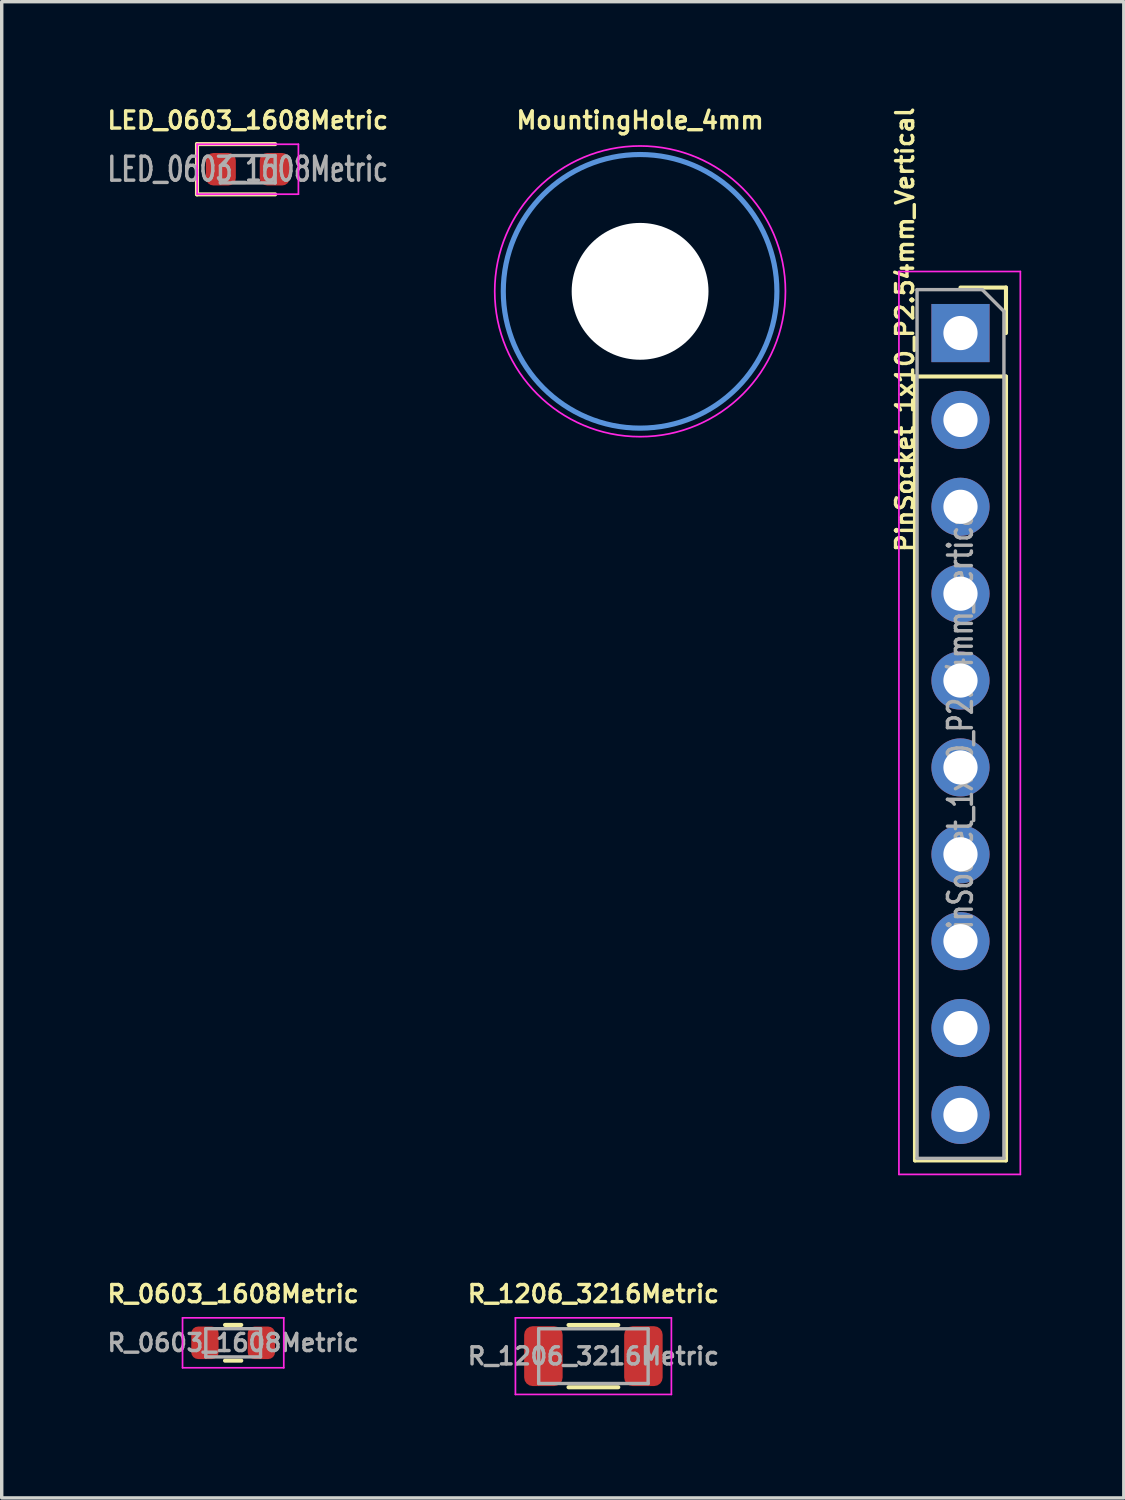
<source format=kicad_pcb>
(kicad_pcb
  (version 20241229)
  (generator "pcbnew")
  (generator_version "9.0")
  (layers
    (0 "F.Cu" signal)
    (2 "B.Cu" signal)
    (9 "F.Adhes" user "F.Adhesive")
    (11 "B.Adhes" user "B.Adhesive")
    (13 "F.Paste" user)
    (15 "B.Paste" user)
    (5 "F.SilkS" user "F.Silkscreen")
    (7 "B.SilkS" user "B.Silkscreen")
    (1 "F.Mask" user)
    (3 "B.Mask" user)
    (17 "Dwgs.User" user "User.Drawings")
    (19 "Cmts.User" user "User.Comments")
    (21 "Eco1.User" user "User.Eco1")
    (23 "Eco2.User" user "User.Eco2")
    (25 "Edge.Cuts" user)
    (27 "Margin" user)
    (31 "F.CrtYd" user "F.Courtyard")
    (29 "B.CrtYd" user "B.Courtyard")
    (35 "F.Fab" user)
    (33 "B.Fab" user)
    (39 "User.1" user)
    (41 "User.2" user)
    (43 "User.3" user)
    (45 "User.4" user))
  (footprint "PinSocket_1x10_P2.54mm_Vertical"
    (layer "F.Cu")
    (at 25.033 6.688)
    (property "Reference" "PinSocket_1x10_P2.54mm_Vertical" (at -1.625 -0.1 90) (layer "F.SilkS") (effects (font (size 0.5 0.5) (thickness 0.1))))
    (attr through_hole)
    (fp_line (start -1.33 1.27) (end -1.33 24.19) (stroke (width 0.12) (type solid)) (layer "F.SilkS"))
    (fp_line (start -1.33 1.27) (end 1.33 1.27) (stroke (width 0.12) (type solid)) (layer "F.SilkS"))
    (fp_line (start -1.33 24.19) (end 1.33 24.19) (stroke (width 0.12) (type solid)) (layer "F.SilkS"))
    (fp_line (start 0 -1.33) (end 1.33 -1.33) (stroke (width 0.12) (type solid)) (layer "F.SilkS"))
    (fp_line (start 1.33 -1.33) (end 1.33 0) (stroke (width 0.12) (type solid)) (layer "F.SilkS"))
    (fp_line (start 1.33 1.27) (end 1.33 24.19) (stroke (width 0.12) (type solid)) (layer "F.SilkS"))
    (fp_line (start -1.8 -1.8) (end 1.75 -1.8) (stroke (width 0.05) (type solid)) (layer "F.CrtYd"))
    (fp_line (start -1.8 24.6) (end -1.8 -1.8) (stroke (width 0.05) (type solid)) (layer "F.CrtYd"))
    (fp_line (start 1.75 -1.8) (end 1.75 24.6) (stroke (width 0.05) (type solid)) (layer "F.CrtYd"))
    (fp_line (start 1.75 24.6) (end -1.8 24.6) (stroke (width 0.05) (type solid)) (layer "F.CrtYd"))
    (fp_line (start -1.27 -1.27) (end 0.635 -1.27) (stroke (width 0.1) (type solid)) (layer "F.Fab"))
    (fp_line (start -1.27 24.13) (end -1.27 -1.27) (stroke (width 0.1) (type solid)) (layer "F.Fab"))
    (fp_line (start 0.635 -1.27) (end 1.27 -0.635) (stroke (width 0.1) (type solid)) (layer "F.Fab"))
    (fp_line (start 1.27 -0.635) (end 1.27 24.13) (stroke (width 0.1) (type solid)) (layer "F.Fab"))
    (fp_line (start 1.27 24.13) (end -1.27 24.13) (stroke (width 0.1) (type solid)) (layer "F.Fab"))
    (fp_text user "${REFERENCE}" (at 0 11.43 90) (layer "F.Fab") (effects (font (size 0.7 0.5) (thickness 0.1))))
    (pad "1" thru_hole rect (at 0 0) (size 1.7 1.7) (drill 1) (layers "*.Cu" "*.Mask"))
    (pad "2" thru_hole oval (at 0 2.54) (size 1.7 1.7) (drill 1) (layers "*.Cu" "*.Mask"))
    (pad "3" thru_hole oval (at 0 5.08) (size 1.7 1.7) (drill 1) (layers "*.Cu" "*.Mask"))
    (pad "4" thru_hole oval (at 0 7.62) (size 1.7 1.7) (drill 1) (layers "*.Cu" "*.Mask"))
    (pad "5" thru_hole oval (at 0 10.16) (size 1.7 1.7) (drill 1) (layers "*.Cu" "*.Mask"))
    (pad "6" thru_hole oval (at 0 12.7) (size 1.7 1.7) (drill 1) (layers "*.Cu" "*.Mask"))
    (pad "7" thru_hole oval (at 0 15.24) (size 1.7 1.7) (drill 1) (layers "*.Cu" "*.Mask"))
    (pad "8" thru_hole oval (at 0 17.78) (size 1.7 1.7) (drill 1) (layers "*.Cu" "*.Mask"))
    (pad "9" thru_hole oval (at 0 20.32) (size 1.7 1.7) (drill 1) (layers "*.Cu" "*.Mask"))
    (pad "10" thru_hole oval (at 0 22.86) (size 1.7 1.7) (drill 1) (layers "*.Cu" "*.Mask")))
  (footprint "LED_0603_1608Metric"
    (layer "F.Cu")
    (at 4.195 1.898)
    (property "Reference" "LED_0603_1608Metric" (at 0 -1.43 0) (layer "F.SilkS") (effects (font (size 0.5 0.5) (thickness 0.1))))
    (attr smd)
    (fp_line (start -1.485 -0.735) (end -1.485 0.735) (stroke (width 0.12) (type solid)) (layer "F.SilkS"))
    (fp_line (start -1.485 0.735) (end 0.8 0.735) (stroke (width 0.12) (type solid)) (layer "F.SilkS"))
    (fp_line (start 0.8 -0.735) (end -1.485 -0.735) (stroke (width 0.12) (type solid)) (layer "F.SilkS"))
    (fp_line (start -1.48 -0.73) (end 1.48 -0.73) (stroke (width 0.05) (type solid)) (layer "F.CrtYd"))
    (fp_line (start -1.48 0.73) (end -1.48 -0.73) (stroke (width 0.05) (type solid)) (layer "F.CrtYd"))
    (fp_line (start 1.48 -0.73) (end 1.48 0.73) (stroke (width 0.05) (type solid)) (layer "F.CrtYd"))
    (fp_line (start 1.48 0.73) (end -1.48 0.73) (stroke (width 0.05) (type solid)) (layer "F.CrtYd"))
    (fp_line (start -0.8 -0.1) (end -0.8 0.4) (stroke (width 0.1) (type solid)) (layer "F.Fab"))
    (fp_line (start -0.8 0.4) (end 0.8 0.4) (stroke (width 0.1) (type solid)) (layer "F.Fab"))
    (fp_line (start -0.5 -0.4) (end -0.8 -0.1) (stroke (width 0.1) (type solid)) (layer "F.Fab"))
    (fp_line (start 0.8 -0.4) (end -0.5 -0.4) (stroke (width 0.1) (type solid)) (layer "F.Fab"))
    (fp_line (start 0.8 0.4) (end 0.8 -0.4) (stroke (width 0.1) (type solid)) (layer "F.Fab"))
    (fp_text user "${REFERENCE}" (at 0 0 0) (layer "F.Fab") (effects (font (size 0.7 0.5) (thickness 0.1))))
    (pad "1" smd roundrect (at -0.787 0) (size 0.875 0.95) (layers "F.Cu" "F.Mask" "F.Paste") (roundrect_rratio 0.25))
    (pad "2" smd roundrect (at 0.787 0) (size 0.875 0.95) (layers "F.Cu" "F.Mask" "F.Paste") (roundrect_rratio 0.25)))
  (footprint "R_1206_3216Metric"
    (layer "F.Cu")
    (at 14.3 36.601)
    (property "Reference" "R_1206_3216Metric" (at 0 -1.82 180) (layer "F.SilkS") (effects (font (size 0.5 0.5) (thickness 0.1))))
    (attr smd)
    (fp_line (start 0.727 -0.91) (end -0.727 -0.91) (stroke (width 0.12) (type solid)) (layer "F.SilkS"))
    (fp_line (start 0.727 0.91) (end -0.727 0.91) (stroke (width 0.12) (type solid)) (layer "F.SilkS"))
    (fp_line (start -2.28 -1.12) (end -2.28 1.12) (stroke (width 0.05) (type solid)) (layer "F.CrtYd"))
    (fp_line (start -2.28 1.12) (end 2.28 1.12) (stroke (width 0.05) (type solid)) (layer "F.CrtYd"))
    (fp_line (start 2.28 -1.12) (end -2.28 -1.12) (stroke (width 0.05) (type solid)) (layer "F.CrtYd"))
    (fp_line (start 2.28 1.12) (end 2.28 -1.12) (stroke (width 0.05) (type solid)) (layer "F.CrtYd"))
    (fp_line (start -1.6 -0.8) (end -1.6 0.8) (stroke (width 0.1) (type solid)) (layer "F.Fab"))
    (fp_line (start -1.6 0.8) (end 1.6 0.8) (stroke (width 0.1) (type solid)) (layer "F.Fab"))
    (fp_line (start 1.6 -0.8) (end -1.6 -0.8) (stroke (width 0.1) (type solid)) (layer "F.Fab"))
    (fp_line (start 1.6 0.8) (end 1.6 -0.8) (stroke (width 0.1) (type solid)) (layer "F.Fab"))
    (fp_text user "${REFERENCE}" (at 0 0 180) (layer "F.Fab") (effects (font (size 0.5 0.5) (thickness 0.1))))
    (pad "1" smd roundrect (at -1.462 0 180) (size 1.125 1.75) (layers "F.Cu" "F.Mask" "F.Paste") (roundrect_rratio 0.222))
    (pad "2" smd roundrect (at 1.462 0 180) (size 1.125 1.75) (layers "F.Cu" "F.Mask" "F.Paste") (roundrect_rratio 0.222)))
  (footprint "MountingHole_4mm"
    (layer "F.Cu")
    (at 15.665 5.468)
    (property "Reference" "MountingHole_4mm" (at 0 -5 0) (layer "F.SilkS") (effects (font (size 0.5 0.5) (thickness 0.1))))
    (attr exclude_from_pos_files exclude_from_bom)
    (fp_circle (center 0 0) (end 4 0) (stroke (width 0.15) (type solid)) (fill no) (layer "Cmts.User"))
    (fp_circle (center 0 0) (end 4.25 0) (stroke (width 0.05) (type solid)) (fill no) (layer "F.CrtYd"))
    (pad "" np_thru_hole circle (at 0 0) (size 4 4) (drill 4) (layers "*.Cu" "*.Mask")))
  (footprint "R_0603_1608Metric"
    (layer "F.Cu")
    (at 3.767 36.211)
    (property "Reference" "R_0603_1608Metric" (at 0 -1.43 180) (layer "F.SilkS") (effects (font (size 0.5 0.5) (thickness 0.1))))
    (attr smd)
    (fp_line (start 0.237 -0.522) (end -0.237 -0.522) (stroke (width 0.12) (type solid)) (layer "F.SilkS"))
    (fp_line (start 0.237 0.522) (end -0.237 0.522) (stroke (width 0.12) (type solid)) (layer "F.SilkS"))
    (fp_line (start -1.48 -0.73) (end -1.48 0.73) (stroke (width 0.05) (type solid)) (layer "F.CrtYd"))
    (fp_line (start -1.48 0.73) (end 1.48 0.73) (stroke (width 0.05) (type solid)) (layer "F.CrtYd"))
    (fp_line (start 1.48 -0.73) (end -1.48 -0.73) (stroke (width 0.05) (type solid)) (layer "F.CrtYd"))
    (fp_line (start 1.48 0.73) (end 1.48 -0.73) (stroke (width 0.05) (type solid)) (layer "F.CrtYd"))
    (fp_line (start -0.8 -0.412) (end -0.8 0.412) (stroke (width 0.1) (type solid)) (layer "F.Fab"))
    (fp_line (start -0.8 0.412) (end 0.8 0.412) (stroke (width 0.1) (type solid)) (layer "F.Fab"))
    (fp_line (start 0.8 -0.412) (end -0.8 -0.412) (stroke (width 0.1) (type solid)) (layer "F.Fab"))
    (fp_line (start 0.8 0.412) (end 0.8 -0.412) (stroke (width 0.1) (type solid)) (layer "F.Fab"))
    (fp_text user "${REFERENCE}" (at 0 0 180) (layer "F.Fab") (effects (font (size 0.5 0.5) (thickness 0.1))))
    (pad "1" smd roundrect (at -0.825 0 180) (size 0.8 0.95) (layers "F.Cu" "F.Mask" "F.Paste") (roundrect_rratio 0.25))
    (pad "2" smd roundrect (at 0.825 0 180) (size 0.8 0.95) (layers "F.Cu" "F.Mask" "F.Paste") (roundrect_rratio 0.25)))
  (gr_rect
    (start -3 -3)
    (end 29.808 40.746)
    (stroke (width 0.1) (type default))
    (fill no)
    (layer "Edge.Cuts")))
</source>
